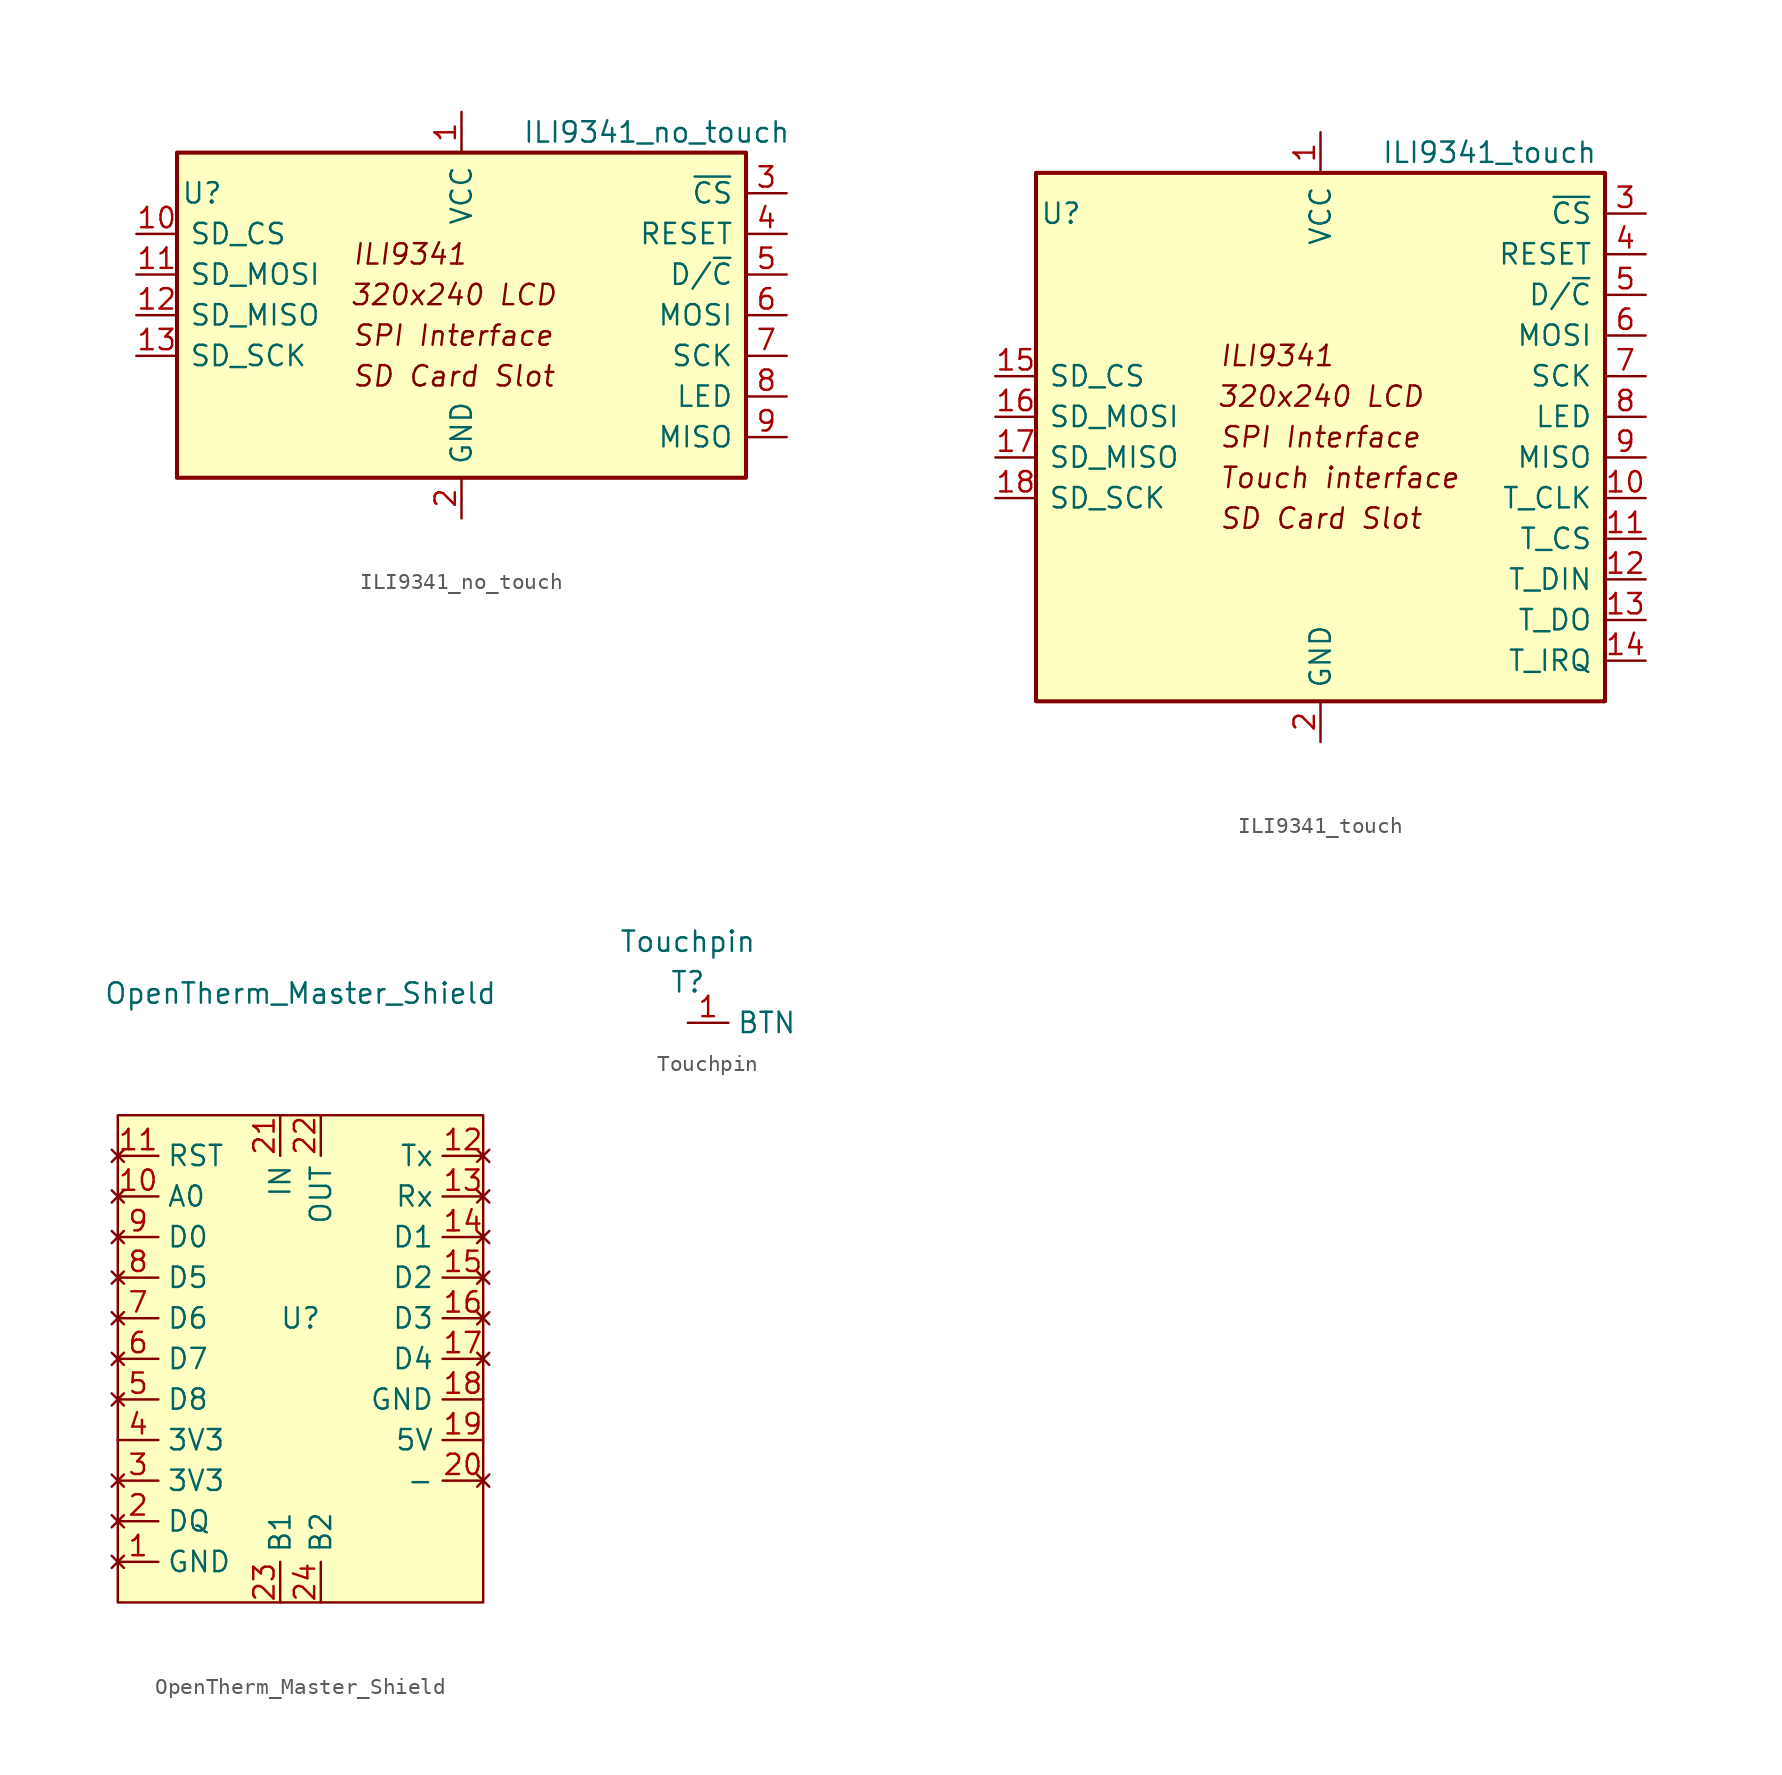
<source format=kicad_sym>
(kicad_symbol_lib
  (version 20231120)
  (generator "kicad_symbol_editor")
  (generator_version "8.0")
  (symbol "ILI9341_no_touch"
    (pin_names
      (offset 0.762))
    (property "Reference" "U"
      (at -17.526 13.97 0)
      (effects (font (size 1.27 1.27)) (justify left)))
    (property "Value" "ILI9341_no_touch"
      (at 3.81 17.78 0)
      (effects (font (size 1.27 1.27)) (justify left)))
    (symbol "ILI9341_no_touch_0_0"
      (text "320x240 LCD" (at -0.508 7.62 0) (effects (font (size 1.27 1.27) (italic yes))))
      (text "ILI9341" (at -6.858 10.16 0) (effects (font (size 1.27 1.27) (italic yes)) (justify left)))
      (text "SD Card Slot" (at -6.858 2.54 0) (effects (font (size 1.27 1.27) (italic yes)) (justify left)))
      (text "SPI Interface" (at -6.858 5.08 0) (effects (font (size 1.27 1.27) (italic yes)) (justify left))))
    (symbol "ILI9341_no_touch_0_1"
      (rectangle (start -17.78 16.51) (end 17.78 -3.81) (stroke (width 0.254) (type default)) (fill (type background))))
    (symbol "ILI9341_no_touch_1_1"
      (pin power_in line (at 0 19.05 270) (length 2.54) (name "VCC" (effects (font (size 1.27 1.27)))) (number "1" (effects (font (size 1.27 1.27)))))
      (pin input line (at -20.32 11.43 0) (length 2.54) (name "SD_CS" (effects (font (size 1.27 1.27)))) (number "10" (effects (font (size 1.27 1.27)))))
      (pin input line (at -20.32 8.89 0) (length 2.54) (name "SD_MOSI" (effects (font (size 1.27 1.27)))) (number "11" (effects (font (size 1.27 1.27)))))
      (pin input line (at -20.32 6.35 0) (length 2.54) (name "SD_MISO" (effects (font (size 1.27 1.27)))) (number "12" (effects (font (size 1.27 1.27)))))
      (pin input line (at -20.32 3.81 0) (length 2.54) (name "SD_SCK" (effects (font (size 1.27 1.27)))) (number "13" (effects (font (size 1.27 1.27)))))
      (pin power_in line (at 0 -6.35 90) (length 2.54) (name "GND" (effects (font (size 1.27 1.27)))) (number "2" (effects (font (size 1.27 1.27)))))
      (pin input line (at 20.32 13.97 180) (length 2.54) (name "~{CS}" (effects (font (size 1.27 1.27)))) (number "3" (effects (font (size 1.27 1.27)))))
      (pin input line (at 20.32 11.43 180) (length 2.54) (name "RESET" (effects (font (size 1.27 1.27)))) (number "4" (effects (font (size 1.27 1.27)))))
      (pin input line (at 20.32 8.89 180) (length 2.54) (name "D/~{C}" (effects (font (size 1.27 1.27)))) (number "5" (effects (font (size 1.27 1.27)))))
      (pin input line (at 20.32 6.35 180) (length 2.54) (name "MOSI" (effects (font (size 1.27 1.27)))) (number "6" (effects (font (size 1.27 1.27)))))
      (pin input line (at 20.32 3.81 180) (length 2.54) (name "SCK" (effects (font (size 1.27 1.27)))) (number "7" (effects (font (size 1.27 1.27)))))
      (pin input line (at 20.32 1.27 180) (length 2.54) (name "LED" (effects (font (size 1.27 1.27)))) (number "8" (effects (font (size 1.27 1.27)))))
      (pin input line (at 20.32 -1.27 180) (length 2.54) (name "MISO" (effects (font (size 1.27 1.27)))) (number "9" (effects (font (size 1.27 1.27)))))))
  (symbol "ILI9341_touch"
    (pin_names
      (offset 0.762))
    (property "Reference" "U"
      (at -17.526 13.97 0)
      (effects (font (size 1.27 1.27)) (justify left)))
    (property "Value" "ILI9341_touch"
      (at 3.81 17.78 0)
      (effects (font (size 1.27 1.27)) (justify left)))
    (symbol "ILI9341_touch_0_0"
      (text "320x240 LCD" (at 0 2.54 0) (effects (font (size 1.27 1.27) (italic yes))))
      (text "ILI9341" (at -6.35 5.08 0) (effects (font (size 1.27 1.27) (italic yes)) (justify left)))
      (text "SD Card Slot" (at -6.35 -5.08 0) (effects (font (size 1.27 1.27) (italic yes)) (justify left)))
      (text "SPI Interface" (at -6.35 0 0) (effects (font (size 1.27 1.27) (italic yes)) (justify left)))
      (text "Touch interface" (at -6.35 -2.54 0) (effects (font (size 1.27 1.27) (italic yes)) (justify left))))
    (symbol "ILI9341_touch_0_1"
      (rectangle (start -17.78 16.51) (end 17.78 -16.51) (stroke (width 0.254) (type default)) (fill (type background))))
    (symbol "ILI9341_touch_1_1"
      (pin power_in line (at 0 19.05 270) (length 2.54) (name "VCC" (effects (font (size 1.27 1.27)))) (number "1" (effects (font (size 1.27 1.27)))))
      (pin input line (at 20.32 -3.81 180) (length 2.54) (name "T_CLK" (effects (font (size 1.27 1.27)))) (number "10" (effects (font (size 1.27 1.27)))))
      (pin input line (at 20.32 -6.35 180) (length 2.54) (name "T_CS" (effects (font (size 1.27 1.27)))) (number "11" (effects (font (size 1.27 1.27)))))
      (pin input line (at 20.32 -8.89 180) (length 2.54) (name "T_DIN" (effects (font (size 1.27 1.27)))) (number "12" (effects (font (size 1.27 1.27)))))
      (pin input line (at 20.32 -11.43 180) (length 2.54) (name "T_DO" (effects (font (size 1.27 1.27)))) (number "13" (effects (font (size 1.27 1.27)))))
      (pin input line (at 20.32 -13.97 180) (length 2.54) (name "T_IRQ" (effects (font (size 1.27 1.27)))) (number "14" (effects (font (size 1.27 1.27)))))
      (pin input line (at -20.32 3.81 0) (length 2.54) (name "SD_CS" (effects (font (size 1.27 1.27)))) (number "15" (effects (font (size 1.27 1.27)))))
      (pin input line (at -20.32 1.27 0) (length 2.54) (name "SD_MOSI" (effects (font (size 1.27 1.27)))) (number "16" (effects (font (size 1.27 1.27)))))
      (pin input line (at -20.32 -1.27 0) (length 2.54) (name "SD_MISO" (effects (font (size 1.27 1.27)))) (number "17" (effects (font (size 1.27 1.27)))))
      (pin input line (at -20.32 -3.81 0) (length 2.54) (name "SD_SCK" (effects (font (size 1.27 1.27)))) (number "18" (effects (font (size 1.27 1.27)))))
      (pin power_in line (at 0 -19.05 90) (length 2.54) (name "GND" (effects (font (size 1.27 1.27)))) (number "2" (effects (font (size 1.27 1.27)))))
      (pin input line (at 20.32 13.97 180) (length 2.54) (name "~{CS}" (effects (font (size 1.27 1.27)))) (number "3" (effects (font (size 1.27 1.27)))))
      (pin input line (at 20.32 11.43 180) (length 2.54) (name "RESET" (effects (font (size 1.27 1.27)))) (number "4" (effects (font (size 1.27 1.27)))))
      (pin input line (at 20.32 8.89 180) (length 2.54) (name "D/~{C}" (effects (font (size 1.27 1.27)))) (number "5" (effects (font (size 1.27 1.27)))))
      (pin input line (at 20.32 6.35 180) (length 2.54) (name "MOSI" (effects (font (size 1.27 1.27)))) (number "6" (effects (font (size 1.27 1.27)))))
      (pin input line (at 20.32 3.81 180) (length 2.54) (name "SCK" (effects (font (size 1.27 1.27)))) (number "7" (effects (font (size 1.27 1.27)))))
      (pin input line (at 20.32 1.27 180) (length 2.54) (name "LED" (effects (font (size 1.27 1.27)))) (number "8" (effects (font (size 1.27 1.27)))))
      (pin input line (at 20.32 -1.27 180) (length 2.54) (name "MISO" (effects (font (size 1.27 1.27)))) (number "9" (effects (font (size 1.27 1.27)))))))
  (symbol "OpenTherm_Master_Shield"
    (property "Reference" "U"
      (at 0 0 0)
      (effects (font (size 1.27 1.27))))
    (property "Value" "OpenTherm_Master_Shield"
      (at 0 20.32 0)
      (effects (font (size 1.27 1.27))))
    (symbol "OpenTherm_Master_Shield_0_1"
      (rectangle (start -11.43 -17.78) (end 11.43 12.7) (stroke (width 0) (type default)) (fill (type background))))
    (symbol "OpenTherm_Master_Shield_1_1"
      (pin no_connect line (at -11.43 -15.24 0) (length 2.54) (name "GND" (effects (font (size 1.27 1.27)))) (number "1" (effects (font (size 1.27 1.27)))))
      (pin no_connect line (at -11.43 7.62 0) (length 2.54) (name "A0" (effects (font (size 1.27 1.27)))) (number "10" (effects (font (size 1.27 1.27)))))
      (pin no_connect line (at -11.43 10.16 0) (length 2.54) (name "RST" (effects (font (size 1.27 1.27)))) (number "11" (effects (font (size 1.27 1.27)))))
      (pin no_connect line (at 11.43 10.16 180) (length 2.54) (name "Tx" (effects (font (size 1.27 1.27)))) (number "12" (effects (font (size 1.27 1.27)))))
      (pin no_connect line (at 11.43 7.62 180) (length 2.54) (name "Rx" (effects (font (size 1.27 1.27)))) (number "13" (effects (font (size 1.27 1.27)))))
      (pin no_connect line (at 11.43 5.08 180) (length 2.54) (name "D1" (effects (font (size 1.27 1.27)))) (number "14" (effects (font (size 1.27 1.27)))))
      (pin no_connect line (at 11.43 2.54 180) (length 2.54) (name "D2" (effects (font (size 1.27 1.27)))) (number "15" (effects (font (size 1.27 1.27)))))
      (pin no_connect line (at 11.43 0 180) (length 2.54) (name "D3" (effects (font (size 1.27 1.27)))) (number "16" (effects (font (size 1.27 1.27)))))
      (pin no_connect line (at 11.43 -2.54 180) (length 2.54) (name "D4" (effects (font (size 1.27 1.27)))) (number "17" (effects (font (size 1.27 1.27)))))
      (pin power_in line (at 11.43 -5.08 180) (length 2.54) (name "GND" (effects (font (size 1.27 1.27)))) (number "18" (effects (font (size 1.27 1.27)))))
      (pin power_in line (at 11.43 -7.62 180) (length 2.54) (name "5V" (effects (font (size 1.27 1.27)))) (number "19" (effects (font (size 1.27 1.27)))))
      (pin no_connect line (at -11.43 -12.7 0) (length 2.54) (name "DQ" (effects (font (size 1.27 1.27)))) (number "2" (effects (font (size 1.27 1.27)))))
      (pin no_connect line (at 11.43 -10.16 180) (length 2.54) (name "-" (effects (font (size 1.27 1.27)))) (number "20" (effects (font (size 1.27 1.27)))))
      (pin input line (at -1.27 12.7 270) (length 2.54) (name "IN" (effects (font (size 1.27 1.27)))) (number "21" (effects (font (size 1.27 1.27)))))
      (pin output line (at 1.27 12.7 270) (length 2.54) (name "OUT" (effects (font (size 1.27 1.27)))) (number "22" (effects (font (size 1.27 1.27)))))
      (pin output line (at -1.27 -17.78 90) (length 2.54) (name "B1" (effects (font (size 1.27 1.27)))) (number "23" (effects (font (size 1.27 1.27)))))
      (pin output line (at 1.27 -17.78 90) (length 2.54) (name "B2" (effects (font (size 1.27 1.27)))) (number "24" (effects (font (size 1.27 1.27)))))
      (pin no_connect line (at -11.43 -10.16 0) (length 2.54) (name "3V3" (effects (font (size 1.27 1.27)))) (number "3" (effects (font (size 1.27 1.27)))))
      (pin power_in line (at -11.43 -7.62 0) (length 2.54) (name "3V3" (effects (font (size 1.27 1.27)))) (number "4" (effects (font (size 1.27 1.27)))))
      (pin no_connect line (at -11.43 -5.08 0) (length 2.54) (name "D8" (effects (font (size 1.27 1.27)))) (number "5" (effects (font (size 1.27 1.27)))))
      (pin no_connect line (at -11.43 -2.54 0) (length 2.54) (name "D7" (effects (font (size 1.27 1.27)))) (number "6" (effects (font (size 1.27 1.27)))))
      (pin no_connect line (at -11.43 0 0) (length 2.54) (name "D6" (effects (font (size 1.27 1.27)))) (number "7" (effects (font (size 1.27 1.27)))))
      (pin no_connect line (at -11.43 2.54 0) (length 2.54) (name "D5" (effects (font (size 1.27 1.27)))) (number "8" (effects (font (size 1.27 1.27)))))
      (pin no_connect line (at -11.43 5.08 0) (length 2.54) (name "D0" (effects (font (size 1.27 1.27)))) (number "9" (effects (font (size 1.27 1.27)))))))
  (symbol "Touchpin"
    (property "Reference" "T"
      (at 0 2.54 0)
      (effects (font (size 1.27 1.27))))
    (property "Value" "Touchpin"
      (at 0 5.08 0)
      (effects (font (size 1.27 1.27))))
    (symbol "Touchpin_1_1"
      (pin output line (at 0 0 0) (length 2.54) (name "BTN" (effects (font (size 1.27 1.27)))) (number "1" (effects (font (size 1.27 1.27))))))))
</source>
